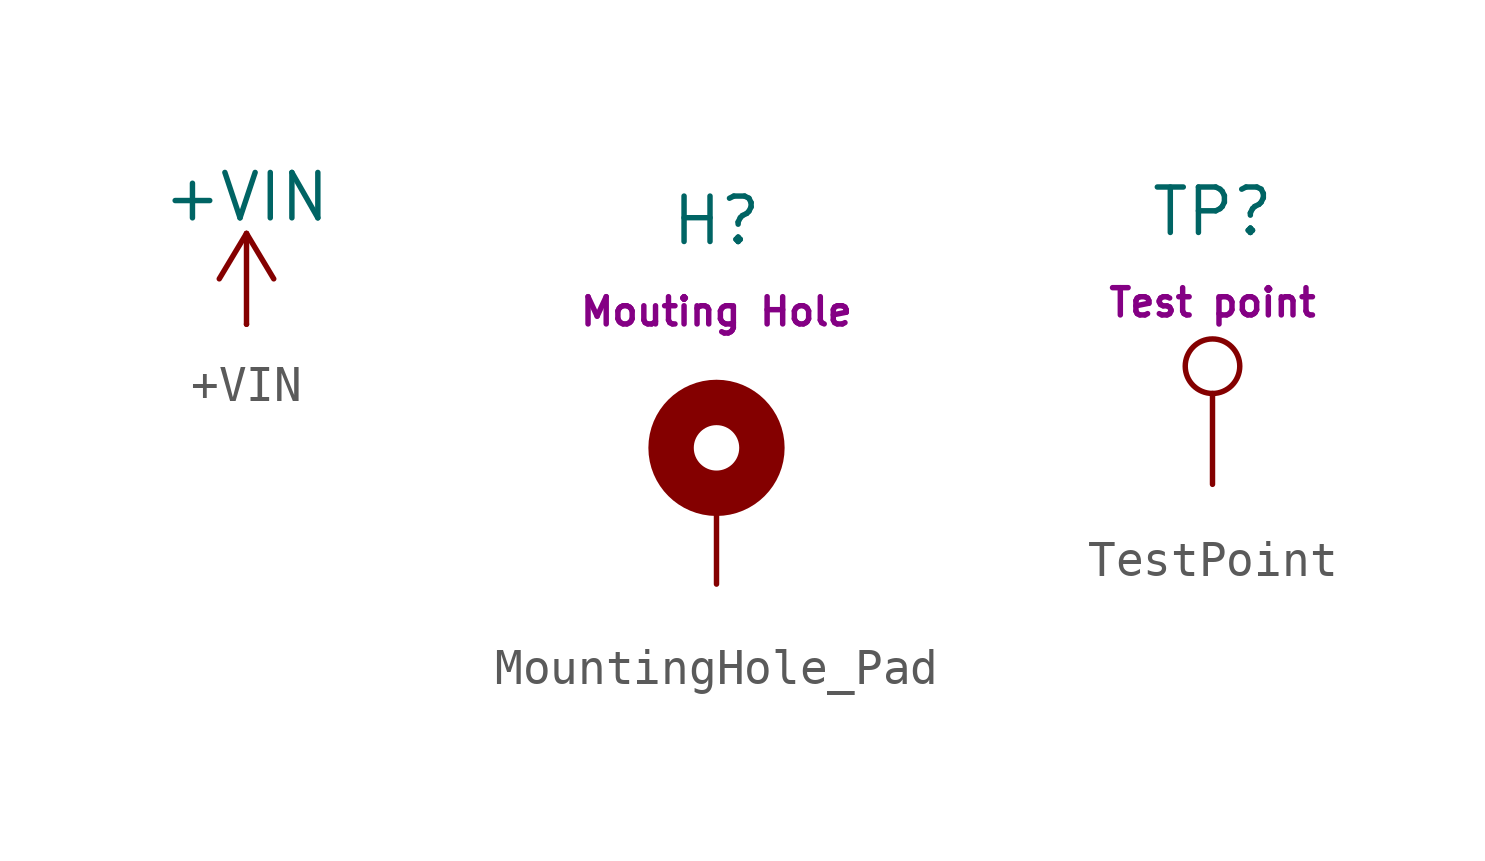
<source format=kicad_sym>
(kicad_symbol_lib
  (version 20231120)
  (generator "kicad_symbol_editor")
  (generator_version "8.0")
  (symbol "+VIN"
    (power)
    (pin_numbers hide)
    (pin_names
      (offset 0) hide)
    (property "Reference" "#PWR"
      (at 0 -3.81 0)
      (effects (font (size 1.27 1.27)) (hide yes)))
    (property "Value" "+VIN"
      (at 0 3.556 0)
      (effects (font (size 1.27 1.27))))
    (symbol "+VIN_0_1"
      (polyline (pts (xy -0.762 1.27) (xy 0 2.54)) (stroke (width 0) (type default)) (fill (type none)))
      (polyline (pts (xy 0 0) (xy 0 2.54)) (stroke (width 0) (type default)) (fill (type none)))
      (polyline (pts (xy 0 2.54) (xy 0.762 1.27)) (stroke (width 0) (type default)) (fill (type none))))
    (symbol "+VIN_1_1"
      (pin power_in line (at 0 0 90) (length 0) (name "~" (effects (font (size 1.27 1.27)))) (number "1" (effects (font (size 1.27 1.27)))))))
  (symbol "MountingHole_Pad"
    (pin_numbers hide)
    (pin_names
      (offset 1.016) hide)
    (property "Reference" "H"
      (at 0 7.62 0)
      (effects (font (size 1.27 1.27))))
    (property "Extra Values" "Mouting Hole"
      (at 0 5.08 0)
      (effects (font (size 0.762 0.762) (bold yes))))
    (symbol "MountingHole_Pad_0_1"
      (circle (center 0 1.27) (radius 1.27) (stroke (width 1.27) (type default)) (fill (type none))))
    (symbol "MountingHole_Pad_1_1"
      (pin input line (at 0 -2.54 90) (length 2.54) (name "1" (effects (font (size 1.27 1.27)))) (number "1" (effects (font (size 1.27 1.27)))))))
  (symbol "TestPoint"
    (pin_numbers hide)
    (pin_names
      (offset 0.762) hide)
    (property "Reference" "TP"
      (at 0 7.62 0)
      (effects (font (size 1.27 1.27))))
    (property "Extra Values" "Test point"
      (at 0 5.08 0)
      (effects (font (size 0.762 0.762) (bold yes))))
    (symbol "TestPoint_0_1"
      (circle (center 0 3.302) (radius 0.762) (stroke (width 0) (type default)) (fill (type none))))
    (symbol "TestPoint_1_1"
      (pin passive line (at 0 0 90) (length 2.54) (name "1" (effects (font (size 1.27 1.27)))) (number "1" (effects (font (size 1.27 1.27))))))))
</source>
